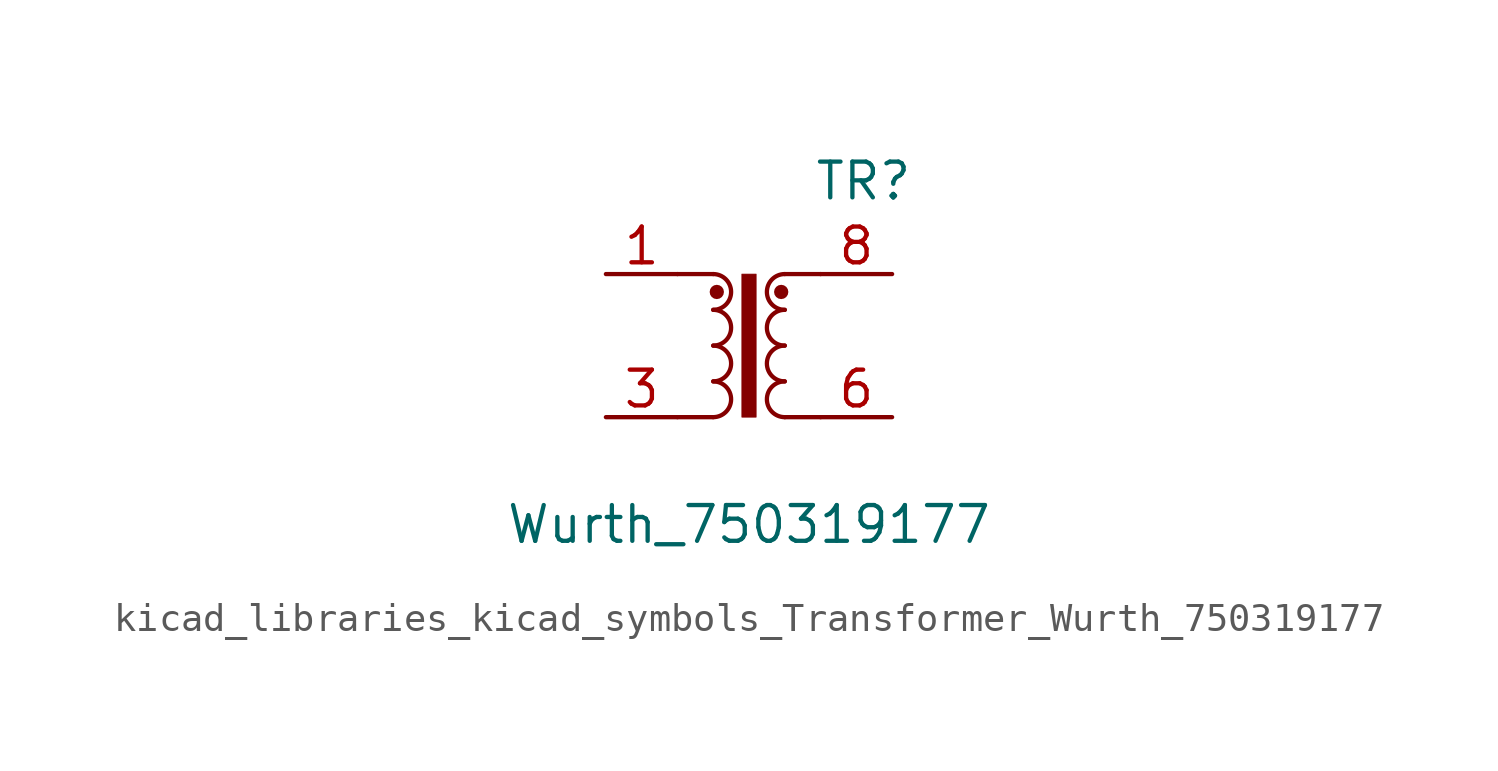
<source format=kicad_sym>
(kicad_symbol_lib
  (version 20220914)
  (generator kicad_symbol_editor)
  (symbol "kicad_libraries_kicad_symbols_Transformer_Wurth_750319177"
    (property "Reference" "TR"
      (at 4.064 5.842 0)
      (effects (font (size 1.27 1.27))))
    (property "Value" "Wurth_750319177"
      (at 0 -6.35 0)
      (effects (font (size 1.27 1.27))))
    (symbol "kicad_libraries_kicad_symbols_Transformer_Wurth_750319177_0_1"
      (arc (start -1.27 -2.54) (mid -0.6377 -1.905) (end -1.27 -1.27) (stroke (width 0) (type default)) (fill (type none)))
      (arc (start -1.27 -1.27) (mid -0.6377 -0.635) (end -1.27 0) (stroke (width 0) (type default)) (fill (type none)))
      (rectangle (start -0.254 2.54) (end 0.254 -2.54) (stroke (width 0.025) (type default)) (fill (type outline)))
      (polyline (pts (xy -2.54 -2.54) (xy -1.27 -2.54)) (stroke (width 0) (type default)) (fill (type none)))
      (polyline (pts (xy -2.54 2.54) (xy -1.27 2.54)) (stroke (width 0) (type default)) (fill (type none)))
      (polyline (pts (xy 1.27 -2.54) (xy 2.54 -2.54)) (stroke (width 0) (type default)) (fill (type none)))
      (polyline (pts (xy 1.27 2.54) (xy 2.54 2.54)) (stroke (width 0) (type default)) (fill (type none))))
    (symbol "kicad_libraries_kicad_symbols_Transformer_Wurth_750319177_1_1"
      (arc (start -1.27 0) (mid -0.6377 0.635) (end -1.27 1.27) (stroke (width 0) (type default)) (fill (type none)))
      (arc (start -1.27 1.27) (mid -0.6377 1.905) (end -1.27 2.54) (stroke (width 0) (type default)) (fill (type none)))
      (circle (center -1.143 1.905) (radius 0.127) (stroke (width 0.254) (type default)) (fill (type none)))
      (circle (center 1.143 1.905) (radius 0.127) (stroke (width 0.254) (type default)) (fill (type none)))
      (arc (start 1.27 -1.27) (mid 0.6377 -1.905) (end 1.27 -2.54) (stroke (width 0) (type default)) (fill (type none)))
      (arc (start 1.27 0) (mid 0.6377 -0.635) (end 1.27 -1.27) (stroke (width 0) (type default)) (fill (type none)))
      (arc (start 1.27 1.27) (mid 0.6377 0.635) (end 1.27 0) (stroke (width 0) (type default)) (fill (type none)))
      (arc (start 1.27 2.54) (mid 0.6377 1.905) (end 1.27 1.27) (stroke (width 0) (type default)) (fill (type none)))
      (pin passive line (at -5.08 2.54 0) (length 2.54) (name "~" (effects (font (size 1.27 1.27)))) (number "1" (effects (font (size 1.27 1.27)))))
      (pin no_connect line (at 1.27 2.54 270) (length 2.54) hide (name "NC" (effects (font (size 1.27 1.27)))) (number "2" (effects (font (size 1.27 1.27)))))
      (pin passive line (at -5.08 -2.54 0) (length 2.54) (name "~" (effects (font (size 1.27 1.27)))) (number "3" (effects (font (size 1.27 1.27)))))
      (pin no_connect line (at -1.27 -2.54 90) (length 2.54) hide (name "NC" (effects (font (size 1.27 1.27)))) (number "4" (effects (font (size 1.27 1.27)))))
      (pin no_connect line (at 1.27 -2.54 90) (length 2.54) hide (name "NC" (effects (font (size 1.27 1.27)))) (number "5" (effects (font (size 1.27 1.27)))))
      (pin passive line (at 5.08 -2.54 180) (length 2.54) (name "~" (effects (font (size 1.27 1.27)))) (number "6" (effects (font (size 1.27 1.27)))))
      (pin no_connect line (at -1.27 2.54 270) (length 2.54) hide (name "NC" (effects (font (size 1.27 1.27)))) (number "7" (effects (font (size 1.27 1.27)))))
      (pin passive line (at 5.08 2.54 180) (length 2.54) (name "~" (effects (font (size 1.27 1.27)))) (number "8" (effects (font (size 1.27 1.27))))))))
</source>
